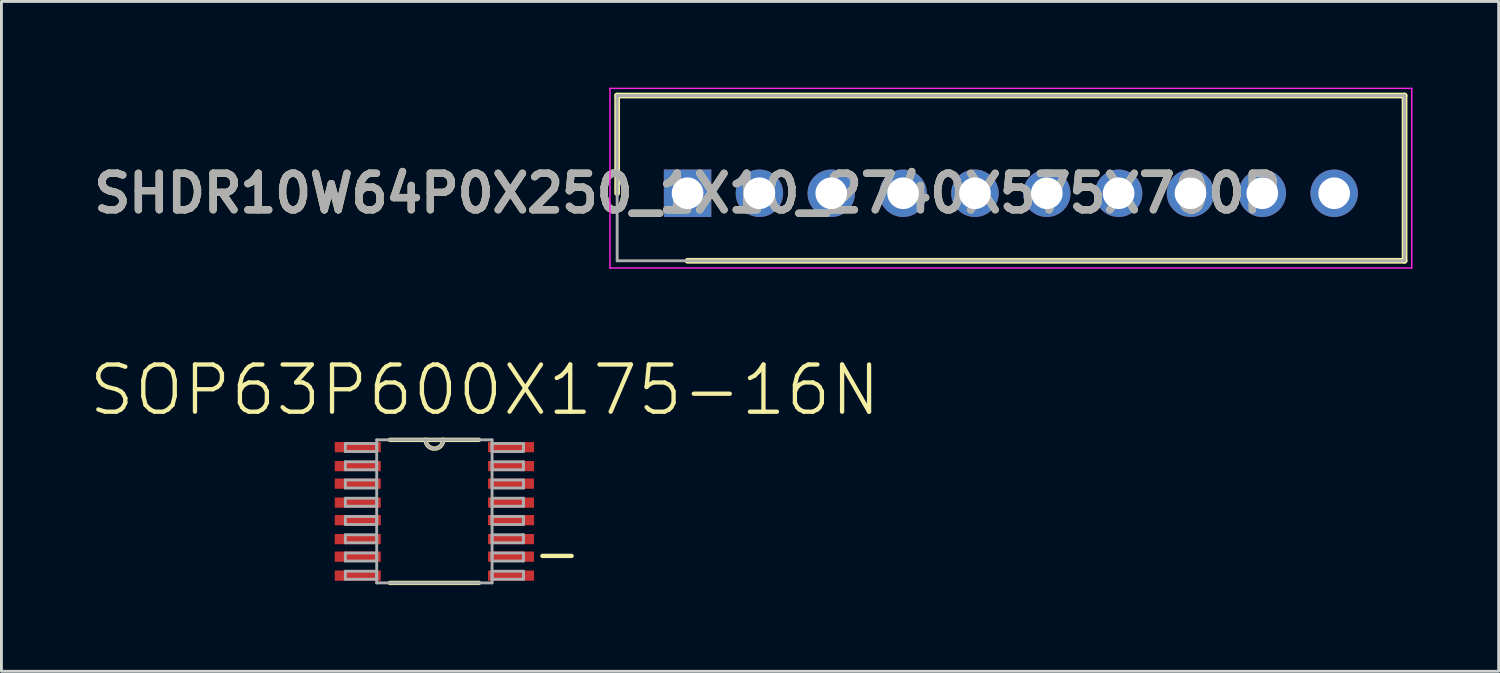
<source format=kicad_pcb>
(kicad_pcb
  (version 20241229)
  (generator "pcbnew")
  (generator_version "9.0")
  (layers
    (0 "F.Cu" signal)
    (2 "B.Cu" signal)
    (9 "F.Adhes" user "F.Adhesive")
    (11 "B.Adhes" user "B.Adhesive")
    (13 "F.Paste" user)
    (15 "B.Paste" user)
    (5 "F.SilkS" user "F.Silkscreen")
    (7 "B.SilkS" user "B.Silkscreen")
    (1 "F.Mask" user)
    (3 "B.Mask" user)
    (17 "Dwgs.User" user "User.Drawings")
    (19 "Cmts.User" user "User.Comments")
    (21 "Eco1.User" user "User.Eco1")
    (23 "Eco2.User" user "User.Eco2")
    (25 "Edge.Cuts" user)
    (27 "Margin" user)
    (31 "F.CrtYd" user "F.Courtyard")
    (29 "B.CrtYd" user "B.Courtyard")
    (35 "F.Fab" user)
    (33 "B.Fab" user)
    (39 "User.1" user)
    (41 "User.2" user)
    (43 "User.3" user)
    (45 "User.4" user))
  (footprint "SHDR10W64P0X250_1X10_2740X575X700P"
    (layer "F.Cu")
    (at 20.876 3.675)
    (property "Reference" "SHDR10W64P0X250_1X10_2740X575X700P" (at 0 0 0) (layer "F.SilkS") (effects (font (size 1.27 1.27) (thickness 0.254))))
    (attr through_hole)
    (fp_line (start -2.45 -3.4) (end -2.45 0) (stroke (width 0.2) (type solid)) (layer "F.SilkS"))
    (fp_line (start 0 2.35) (end 24.95 2.35) (stroke (width 0.2) (type solid)) (layer "F.SilkS"))
    (fp_line (start 24.95 -3.4) (end -2.45 -3.4) (stroke (width 0.2) (type solid)) (layer "F.SilkS"))
    (fp_line (start 24.95 2.35) (end 24.95 -3.4) (stroke (width 0.2) (type solid)) (layer "F.SilkS"))
    (fp_line (start -2.7 -3.65) (end 25.2 -3.65) (stroke (width 0.05) (type solid)) (layer "F.CrtYd"))
    (fp_line (start -2.7 2.6) (end -2.7 -3.65) (stroke (width 0.05) (type solid)) (layer "F.CrtYd"))
    (fp_line (start 25.2 -3.65) (end 25.2 2.6) (stroke (width 0.05) (type solid)) (layer "F.CrtYd"))
    (fp_line (start 25.2 2.6) (end -2.7 2.6) (stroke (width 0.05) (type solid)) (layer "F.CrtYd"))
    (fp_line (start -2.45 -3.4) (end 24.95 -3.4) (stroke (width 0.1) (type solid)) (layer "F.Fab"))
    (fp_line (start -2.45 2.35) (end -2.45 -3.4) (stroke (width 0.1) (type solid)) (layer "F.Fab"))
    (fp_line (start 24.95 -3.4) (end 24.95 2.35) (stroke (width 0.1) (type solid)) (layer "F.Fab"))
    (fp_line (start 24.95 2.35) (end -2.45 2.35) (stroke (width 0.1) (type solid)) (layer "F.Fab"))
    (fp_text user "${REFERENCE}" (at 0 0 0) (layer "F.Fab") (effects (font (size 1.27 1.27) (thickness 0.254))))
    (pad "1" thru_hole rect (at 0 0) (size 1.65 1.65) (drill 1.1) (layers "*.Cu" "*.Mask"))
    (pad "2" thru_hole circle (at 2.5 0) (size 1.65 1.65) (drill 1.1) (layers "*.Cu" "*.Mask"))
    (pad "3" thru_hole circle (at 5 0) (size 1.65 1.65) (drill 1.1) (layers "*.Cu" "*.Mask"))
    (pad "4" thru_hole circle (at 7.5 0) (size 1.65 1.65) (drill 1.1) (layers "*.Cu" "*.Mask"))
    (pad "5" thru_hole circle (at 10 0) (size 1.65 1.65) (drill 1.1) (layers "*.Cu" "*.Mask"))
    (pad "6" thru_hole circle (at 12.5 0) (size 1.65 1.65) (drill 1.1) (layers "*.Cu" "*.Mask"))
    (pad "7" thru_hole circle (at 15 0) (size 1.65 1.65) (drill 1.1) (layers "*.Cu" "*.Mask"))
    (pad "8" thru_hole circle (at 17.5 0) (size 1.65 1.65) (drill 1.1) (layers "*.Cu" "*.Mask"))
    (pad "9" thru_hole circle (at 20 0) (size 1.65 1.65) (drill 1.1) (layers "*.Cu" "*.Mask"))
    (pad "10" thru_hole circle (at 22.5 0) (size 1.65 1.65) (drill 1.1) (layers "*.Cu" "*.Mask")))
  (footprint "SOP63P600X175-16N"
    (layer "F.Cu")
    (at 12.066 14.745)
    (property "Reference" "SOP63P600X175-16N" (at 1.755 -4.221 0) (layer "F.SilkS") (effects (font (size 1.642 1.642) (thickness 0.15))))
    (attr smd)
    (fp_line (start -1.549 2.489) (end 1.549 2.489) (stroke (width 0.152) (type solid)) (layer "F.SilkS"))
    (fp_line (start -0.305 -2.489) (end -1.549 -2.489) (stroke (width 0.152) (type solid)) (layer "F.SilkS"))
    (fp_line (start 0.305 -2.489) (end -0.305 -2.489) (stroke (width 0.152) (type solid)) (layer "F.SilkS"))
    (fp_line (start 1.549 -2.489) (end 0.305 -2.489) (stroke (width 0.152) (type solid)) (layer "F.SilkS"))
    (fp_line (start 4.775 1.549) (end 3.759 1.549) (stroke (width 0.152) (type solid)) (layer "F.SilkS"))
    (fp_arc (start 0.3048 -2.4892) (mid 0 -2.1844) (end -0.3048 -2.4892) (stroke (width 0.1524) (type solid)) (layer "F.SilkS"))
    (fp_line (start -3.099 -2.362) (end -3.099 -2.083) (stroke (width 0.1) (type solid)) (layer "F.Fab"))
    (fp_line (start -3.099 -2.083) (end -2.007 -2.083) (stroke (width 0.1) (type solid)) (layer "F.Fab"))
    (fp_line (start -3.099 -1.727) (end -3.099 -1.448) (stroke (width 0.1) (type solid)) (layer "F.Fab"))
    (fp_line (start -3.099 -1.448) (end -2.007 -1.448) (stroke (width 0.1) (type solid)) (layer "F.Fab"))
    (fp_line (start -3.099 -1.092) (end -3.099 -0.813) (stroke (width 0.1) (type solid)) (layer "F.Fab"))
    (fp_line (start -3.099 -0.813) (end -2.007 -0.813) (stroke (width 0.1) (type solid)) (layer "F.Fab"))
    (fp_line (start -3.099 -0.457) (end -3.099 -0.178) (stroke (width 0.1) (type solid)) (layer "F.Fab"))
    (fp_line (start -3.099 -0.178) (end -2.007 -0.178) (stroke (width 0.1) (type solid)) (layer "F.Fab"))
    (fp_line (start -3.099 0.178) (end -3.099 0.457) (stroke (width 0.1) (type solid)) (layer "F.Fab"))
    (fp_line (start -3.099 0.457) (end -2.007 0.457) (stroke (width 0.1) (type solid)) (layer "F.Fab"))
    (fp_line (start -3.099 0.813) (end -3.099 1.092) (stroke (width 0.1) (type solid)) (layer "F.Fab"))
    (fp_line (start -3.099 1.092) (end -2.007 1.092) (stroke (width 0.1) (type solid)) (layer "F.Fab"))
    (fp_line (start -3.099 1.448) (end -3.099 1.727) (stroke (width 0.1) (type solid)) (layer "F.Fab"))
    (fp_line (start -3.099 1.727) (end -2.007 1.727) (stroke (width 0.1) (type solid)) (layer "F.Fab"))
    (fp_line (start -3.099 2.083) (end -3.099 2.362) (stroke (width 0.1) (type solid)) (layer "F.Fab"))
    (fp_line (start -3.099 2.362) (end -2.007 2.362) (stroke (width 0.1) (type solid)) (layer "F.Fab"))
    (fp_line (start -2.007 -2.489) (end -2.007 2.489) (stroke (width 0.1) (type solid)) (layer "F.Fab"))
    (fp_line (start -2.007 -2.362) (end -3.099 -2.362) (stroke (width 0.1) (type solid)) (layer "F.Fab"))
    (fp_line (start -2.007 -2.083) (end -2.007 -2.362) (stroke (width 0.1) (type solid)) (layer "F.Fab"))
    (fp_line (start -2.007 -1.727) (end -3.099 -1.727) (stroke (width 0.1) (type solid)) (layer "F.Fab"))
    (fp_line (start -2.007 -1.448) (end -2.007 -1.727) (stroke (width 0.1) (type solid)) (layer "F.Fab"))
    (fp_line (start -2.007 -1.092) (end -3.099 -1.092) (stroke (width 0.1) (type solid)) (layer "F.Fab"))
    (fp_line (start -2.007 -0.813) (end -2.007 -1.092) (stroke (width 0.1) (type solid)) (layer "F.Fab"))
    (fp_line (start -2.007 -0.457) (end -3.099 -0.457) (stroke (width 0.1) (type solid)) (layer "F.Fab"))
    (fp_line (start -2.007 -0.178) (end -2.007 -0.457) (stroke (width 0.1) (type solid)) (layer "F.Fab"))
    (fp_line (start -2.007 0.178) (end -3.099 0.178) (stroke (width 0.1) (type solid)) (layer "F.Fab"))
    (fp_line (start -2.007 0.457) (end -2.007 0.178) (stroke (width 0.1) (type solid)) (layer "F.Fab"))
    (fp_line (start -2.007 0.813) (end -3.099 0.813) (stroke (width 0.1) (type solid)) (layer "F.Fab"))
    (fp_line (start -2.007 1.092) (end -2.007 0.813) (stroke (width 0.1) (type solid)) (layer "F.Fab"))
    (fp_line (start -2.007 1.448) (end -3.099 1.448) (stroke (width 0.1) (type solid)) (layer "F.Fab"))
    (fp_line (start -2.007 1.727) (end -2.007 1.448) (stroke (width 0.1) (type solid)) (layer "F.Fab"))
    (fp_line (start -2.007 2.083) (end -3.099 2.083) (stroke (width 0.1) (type solid)) (layer "F.Fab"))
    (fp_line (start -2.007 2.362) (end -2.007 2.083) (stroke (width 0.1) (type solid)) (layer "F.Fab"))
    (fp_line (start -2.007 2.489) (end 2.007 2.489) (stroke (width 0.1) (type solid)) (layer "F.Fab"))
    (fp_line (start -0.305 -2.489) (end -2.007 -2.489) (stroke (width 0.1) (type solid)) (layer "F.Fab"))
    (fp_line (start 0.305 -2.489) (end -0.305 -2.489) (stroke (width 0.1) (type solid)) (layer "F.Fab"))
    (fp_line (start 2.007 -2.489) (end 0.305 -2.489) (stroke (width 0.1) (type solid)) (layer "F.Fab"))
    (fp_line (start 2.007 -2.362) (end 2.007 -2.083) (stroke (width 0.1) (type solid)) (layer "F.Fab"))
    (fp_line (start 2.007 -2.083) (end 3.099 -2.083) (stroke (width 0.1) (type solid)) (layer "F.Fab"))
    (fp_line (start 2.007 -1.727) (end 2.007 -1.448) (stroke (width 0.1) (type solid)) (layer "F.Fab"))
    (fp_line (start 2.007 -1.448) (end 3.099 -1.448) (stroke (width 0.1) (type solid)) (layer "F.Fab"))
    (fp_line (start 2.007 -1.092) (end 2.007 -0.813) (stroke (width 0.1) (type solid)) (layer "F.Fab"))
    (fp_line (start 2.007 -0.813) (end 3.099 -0.813) (stroke (width 0.1) (type solid)) (layer "F.Fab"))
    (fp_line (start 2.007 -0.457) (end 2.007 -0.178) (stroke (width 0.1) (type solid)) (layer "F.Fab"))
    (fp_line (start 2.007 -0.178) (end 3.099 -0.178) (stroke (width 0.1) (type solid)) (layer "F.Fab"))
    (fp_line (start 2.007 0.178) (end 2.007 0.457) (stroke (width 0.1) (type solid)) (layer "F.Fab"))
    (fp_line (start 2.007 0.457) (end 3.099 0.457) (stroke (width 0.1) (type solid)) (layer "F.Fab"))
    (fp_line (start 2.007 0.813) (end 2.007 1.092) (stroke (width 0.1) (type solid)) (layer "F.Fab"))
    (fp_line (start 2.007 1.092) (end 3.099 1.092) (stroke (width 0.1) (type solid)) (layer "F.Fab"))
    (fp_line (start 2.007 1.448) (end 2.007 1.727) (stroke (width 0.1) (type solid)) (layer "F.Fab"))
    (fp_line (start 2.007 1.727) (end 3.099 1.727) (stroke (width 0.1) (type solid)) (layer "F.Fab"))
    (fp_line (start 2.007 2.083) (end 2.007 2.362) (stroke (width 0.1) (type solid)) (layer "F.Fab"))
    (fp_line (start 2.007 2.362) (end 3.099 2.362) (stroke (width 0.1) (type solid)) (layer "F.Fab"))
    (fp_line (start 2.007 2.489) (end 2.007 -2.489) (stroke (width 0.1) (type solid)) (layer "F.Fab"))
    (fp_line (start 3.099 -2.362) (end 2.007 -2.362) (stroke (width 0.1) (type solid)) (layer "F.Fab"))
    (fp_line (start 3.099 -2.083) (end 3.099 -2.362) (stroke (width 0.1) (type solid)) (layer "F.Fab"))
    (fp_line (start 3.099 -1.727) (end 2.007 -1.727) (stroke (width 0.1) (type solid)) (layer "F.Fab"))
    (fp_line (start 3.099 -1.448) (end 3.099 -1.727) (stroke (width 0.1) (type solid)) (layer "F.Fab"))
    (fp_line (start 3.099 -1.092) (end 2.007 -1.092) (stroke (width 0.1) (type solid)) (layer "F.Fab"))
    (fp_line (start 3.099 -0.813) (end 3.099 -1.092) (stroke (width 0.1) (type solid)) (layer "F.Fab"))
    (fp_line (start 3.099 -0.457) (end 2.007 -0.457) (stroke (width 0.1) (type solid)) (layer "F.Fab"))
    (fp_line (start 3.099 -0.178) (end 3.099 -0.457) (stroke (width 0.1) (type solid)) (layer "F.Fab"))
    (fp_line (start 3.099 0.178) (end 2.007 0.178) (stroke (width 0.1) (type solid)) (layer "F.Fab"))
    (fp_line (start 3.099 0.457) (end 3.099 0.178) (stroke (width 0.1) (type solid)) (layer "F.Fab"))
    (fp_line (start 3.099 0.813) (end 2.007 0.813) (stroke (width 0.1) (type solid)) (layer "F.Fab"))
    (fp_line (start 3.099 1.092) (end 3.099 0.813) (stroke (width 0.1) (type solid)) (layer "F.Fab"))
    (fp_line (start 3.099 1.448) (end 2.007 1.448) (stroke (width 0.1) (type solid)) (layer "F.Fab"))
    (fp_line (start 3.099 1.727) (end 3.099 1.448) (stroke (width 0.1) (type solid)) (layer "F.Fab"))
    (fp_line (start 3.099 2.083) (end 2.007 2.083) (stroke (width 0.1) (type solid)) (layer "F.Fab"))
    (fp_line (start 3.099 2.362) (end 3.099 2.083) (stroke (width 0.1) (type solid)) (layer "F.Fab"))
    (fp_arc (start 0.3048 -2.4892) (mid 0 -2.1844) (end -0.3048 -2.4892) (stroke (width 0.1) (type solid)) (layer "F.Fab"))
    (pad "1" smd rect (at -2.667 -2.235) (size 1.6 0.356) (layers "F.Cu" "F.Mask" "F.Paste"))
    (pad "2" smd rect (at -2.667 -1.575) (size 1.6 0.356) (layers "F.Cu" "F.Mask" "F.Paste"))
    (pad "3" smd rect (at -2.667 -0.965) (size 1.6 0.356) (layers "F.Cu" "F.Mask" "F.Paste"))
    (pad "4" smd rect (at -2.667 -0.305) (size 1.6 0.356) (layers "F.Cu" "F.Mask" "F.Paste"))
    (pad "5" smd rect (at -2.667 0.305) (size 1.6 0.356) (layers "F.Cu" "F.Mask" "F.Paste"))
    (pad "6" smd rect (at -2.667 0.965) (size 1.6 0.356) (layers "F.Cu" "F.Mask" "F.Paste"))
    (pad "7" smd rect (at -2.667 1.575) (size 1.6 0.356) (layers "F.Cu" "F.Mask" "F.Paste"))
    (pad "8" smd rect (at -2.667 2.235) (size 1.6 0.356) (layers "F.Cu" "F.Mask" "F.Paste"))
    (pad "9" smd rect (at 2.667 2.235) (size 1.6 0.356) (layers "F.Cu" "F.Mask" "F.Paste"))
    (pad "10" smd rect (at 2.667 1.575) (size 1.6 0.356) (layers "F.Cu" "F.Mask" "F.Paste"))
    (pad "11" smd rect (at 2.667 0.965) (size 1.6 0.356) (layers "F.Cu" "F.Mask" "F.Paste"))
    (pad "12" smd rect (at 2.667 0.305) (size 1.6 0.356) (layers "F.Cu" "F.Mask" "F.Paste"))
    (pad "13" smd rect (at 2.667 -0.305) (size 1.6 0.356) (layers "F.Cu" "F.Mask" "F.Paste"))
    (pad "14" smd rect (at 2.667 -0.965) (size 1.6 0.356) (layers "F.Cu" "F.Mask" "F.Paste"))
    (pad "15" smd rect (at 2.667 -1.575) (size 1.6 0.356) (layers "F.Cu" "F.Mask" "F.Paste"))
    (pad "16" smd rect (at 2.667 -2.235) (size 1.6 0.356) (layers "F.Cu" "F.Mask" "F.Paste")))
  (gr_rect
    (start -3 -3)
    (end 49.101 20.31)
    (stroke (width 0.1) (type default))
    (fill no)
    (layer "Edge.Cuts")))
</source>
